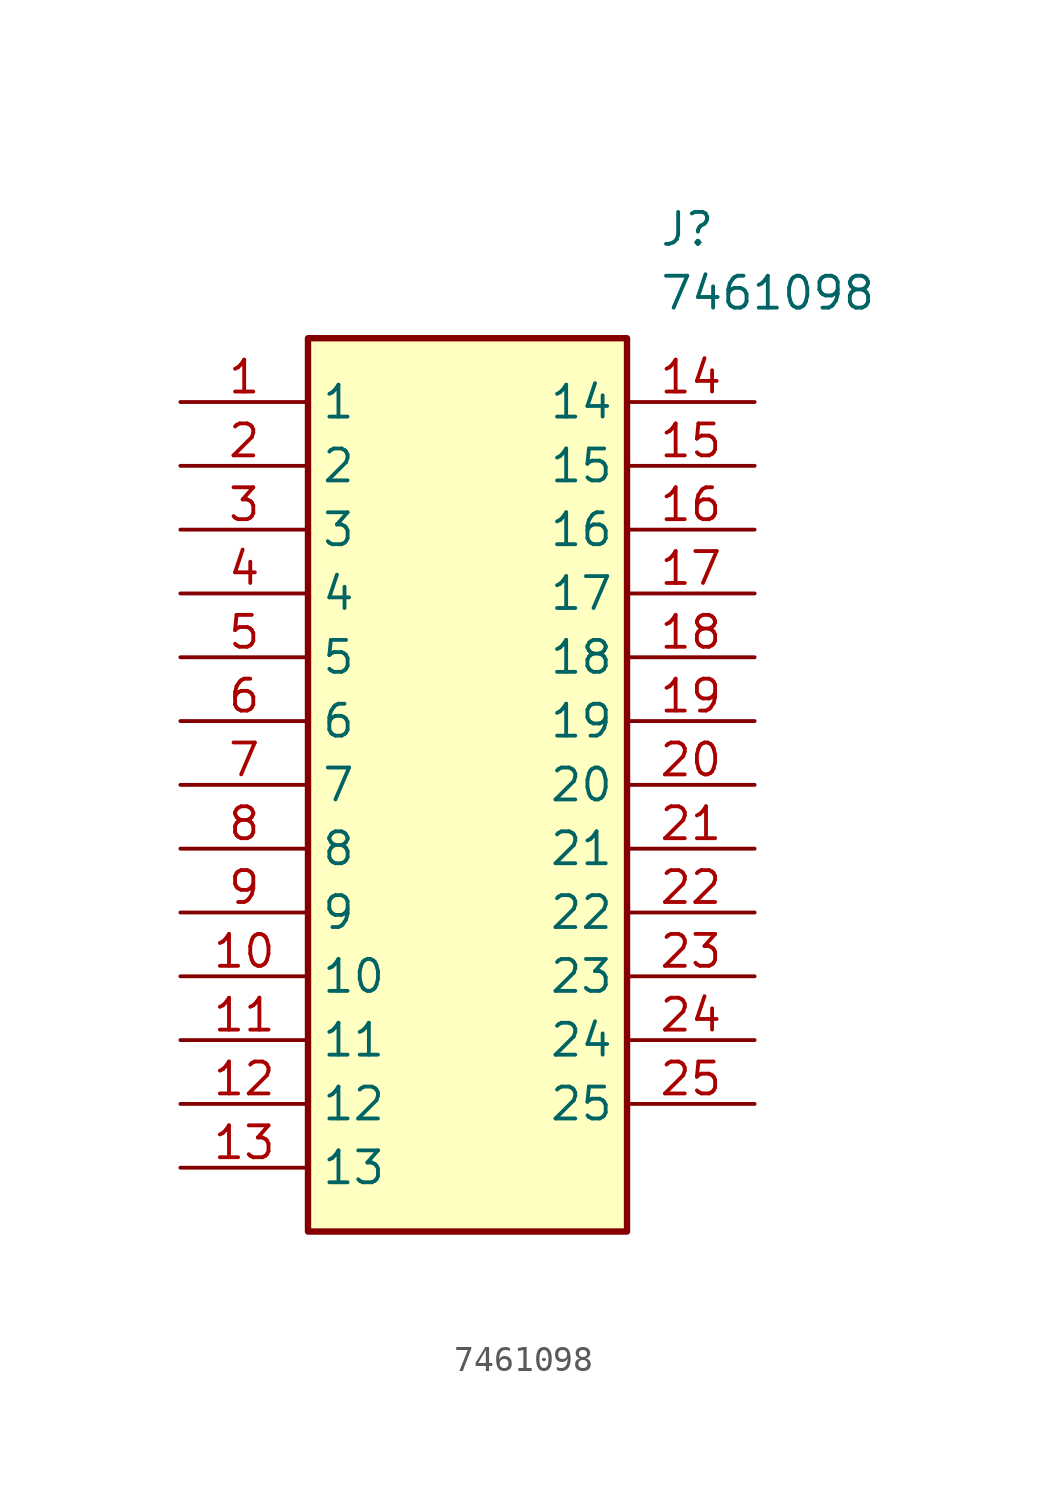
<source format=kicad_sym>
(kicad_symbol_lib
  (version 20211014)
  (generator SamacSys_ECAD_Model)
  (symbol "7461098"
    (property "Reference" "J"
      (at 19.05 7.62 0)
      (effects (font (size 1.27 1.27)) (justify left top)))
    (property "Value" "7461098"
      (at 19.05 5.08 0)
      (effects (font (size 1.27 1.27)) (justify left top)))
    (rectangle
      (start 5.08 2.54)
      (end 17.78 -33.02)
      (stroke (width 0.254) (type default))
      (fill (type background)))
    (pin passive line
      (at 0 0 0)
      (length 5.08)
      (name "1" (effects (font (size 1.27 1.27))))
      (number "1" (effects (font (size 1.27 1.27)))))
    (pin passive line
      (at 0 -2.54 0)
      (length 5.08)
      (name "2" (effects (font (size 1.27 1.27))))
      (number "2" (effects (font (size 1.27 1.27)))))
    (pin passive line
      (at 0 -5.08 0)
      (length 5.08)
      (name "3" (effects (font (size 1.27 1.27))))
      (number "3" (effects (font (size 1.27 1.27)))))
    (pin passive line
      (at 0 -7.62 0)
      (length 5.08)
      (name "4" (effects (font (size 1.27 1.27))))
      (number "4" (effects (font (size 1.27 1.27)))))
    (pin passive line
      (at 0 -10.16 0)
      (length 5.08)
      (name "5" (effects (font (size 1.27 1.27))))
      (number "5" (effects (font (size 1.27 1.27)))))
    (pin passive line
      (at 0 -12.7 0)
      (length 5.08)
      (name "6" (effects (font (size 1.27 1.27))))
      (number "6" (effects (font (size 1.27 1.27)))))
    (pin passive line
      (at 0 -15.24 0)
      (length 5.08)
      (name "7" (effects (font (size 1.27 1.27))))
      (number "7" (effects (font (size 1.27 1.27)))))
    (pin passive line
      (at 0 -17.78 0)
      (length 5.08)
      (name "8" (effects (font (size 1.27 1.27))))
      (number "8" (effects (font (size 1.27 1.27)))))
    (pin passive line
      (at 0 -20.32 0)
      (length 5.08)
      (name "9" (effects (font (size 1.27 1.27))))
      (number "9" (effects (font (size 1.27 1.27)))))
    (pin passive line
      (at 0 -22.86 0)
      (length 5.08)
      (name "10" (effects (font (size 1.27 1.27))))
      (number "10" (effects (font (size 1.27 1.27)))))
    (pin passive line
      (at 0 -25.4 0)
      (length 5.08)
      (name "11" (effects (font (size 1.27 1.27))))
      (number "11" (effects (font (size 1.27 1.27)))))
    (pin passive line
      (at 0 -27.94 0)
      (length 5.08)
      (name "12" (effects (font (size 1.27 1.27))))
      (number "12" (effects (font (size 1.27 1.27)))))
    (pin passive line
      (at 0 -30.48 0)
      (length 5.08)
      (name "13" (effects (font (size 1.27 1.27))))
      (number "13" (effects (font (size 1.27 1.27)))))
    (pin passive line
      (at 22.86 0 180)
      (length 5.08)
      (name "14" (effects (font (size 1.27 1.27))))
      (number "14" (effects (font (size 1.27 1.27)))))
    (pin passive line
      (at 22.86 -2.54 180)
      (length 5.08)
      (name "15" (effects (font (size 1.27 1.27))))
      (number "15" (effects (font (size 1.27 1.27)))))
    (pin passive line
      (at 22.86 -5.08 180)
      (length 5.08)
      (name "16" (effects (font (size 1.27 1.27))))
      (number "16" (effects (font (size 1.27 1.27)))))
    (pin passive line
      (at 22.86 -7.62 180)
      (length 5.08)
      (name "17" (effects (font (size 1.27 1.27))))
      (number "17" (effects (font (size 1.27 1.27)))))
    (pin passive line
      (at 22.86 -10.16 180)
      (length 5.08)
      (name "18" (effects (font (size 1.27 1.27))))
      (number "18" (effects (font (size 1.27 1.27)))))
    (pin passive line
      (at 22.86 -12.7 180)
      (length 5.08)
      (name "19" (effects (font (size 1.27 1.27))))
      (number "19" (effects (font (size 1.27 1.27)))))
    (pin passive line
      (at 22.86 -15.24 180)
      (length 5.08)
      (name "20" (effects (font (size 1.27 1.27))))
      (number "20" (effects (font (size 1.27 1.27)))))
    (pin passive line
      (at 22.86 -17.78 180)
      (length 5.08)
      (name "21" (effects (font (size 1.27 1.27))))
      (number "21" (effects (font (size 1.27 1.27)))))
    (pin passive line
      (at 22.86 -20.32 180)
      (length 5.08)
      (name "22" (effects (font (size 1.27 1.27))))
      (number "22" (effects (font (size 1.27 1.27)))))
    (pin passive line
      (at 22.86 -22.86 180)
      (length 5.08)
      (name "23" (effects (font (size 1.27 1.27))))
      (number "23" (effects (font (size 1.27 1.27)))))
    (pin passive line
      (at 22.86 -25.4 180)
      (length 5.08)
      (name "24" (effects (font (size 1.27 1.27))))
      (number "24" (effects (font (size 1.27 1.27)))))
    (pin passive line
      (at 22.86 -27.94 180)
      (length 5.08)
      (name "25" (effects (font (size 1.27 1.27))))
      (number "25" (effects (font (size 1.27 1.27)))))))
</source>
